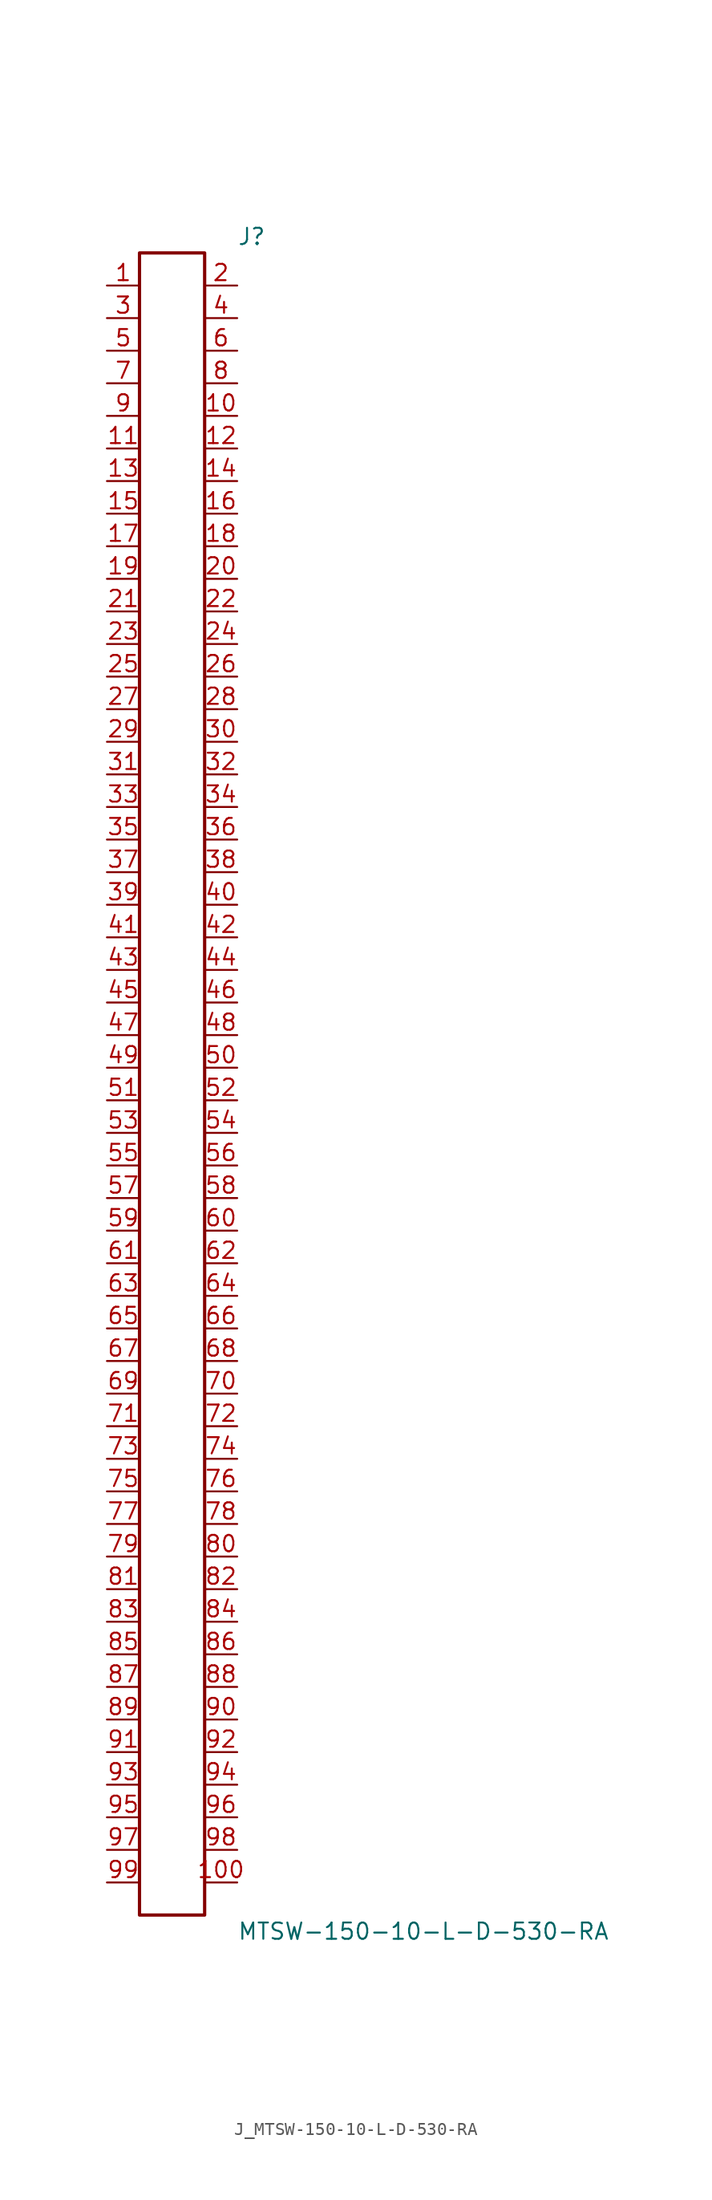
<source format=kicad_sym>
(kicad_symbol_lib
  (version 20231120)
  (generator kicad_symbol_editor)
  (generator_version 8.0)
  (symbol "J_MTSW-150-10-L-D-530-RA"
    (pin_names
      (offset 0.254))
    (property "Reference" "J"
      (at 5.08 66.04 0)
      (effects (font (size 1.27 1.27)) (justify left)))
    (property "Value" "MTSW-150-10-L-D-530-RA"
      (at 5.08 -66.04 0)
      (effects (font (size 1.27 1.27)) (justify left)))
    (symbol "J_MTSW-150-10-L-D-530-RA_0_0"
      (pin passive line (at -5.08 62.23 0) (length 2.54) (name "" (effects (font (size 1.27 1.27)))) (number "1" (effects (font (size 1.27 1.27)))))
      (pin passive line (at 5.08 62.23 180) (length 2.54) (name "" (effects (font (size 1.27 1.27)))) (number "2" (effects (font (size 1.27 1.27)))))
      (pin passive line (at -5.08 59.69 0) (length 2.54) (name "" (effects (font (size 1.27 1.27)))) (number "3" (effects (font (size 1.27 1.27)))))
      (pin passive line (at 5.08 59.69 180) (length 2.54) (name "" (effects (font (size 1.27 1.27)))) (number "4" (effects (font (size 1.27 1.27)))))
      (pin passive line (at -5.08 57.15 0) (length 2.54) (name "" (effects (font (size 1.27 1.27)))) (number "5" (effects (font (size 1.27 1.27)))))
      (pin passive line (at 5.08 57.15 180) (length 2.54) (name "" (effects (font (size 1.27 1.27)))) (number "6" (effects (font (size 1.27 1.27)))))
      (pin passive line (at -5.08 54.61 0) (length 2.54) (name "" (effects (font (size 1.27 1.27)))) (number "7" (effects (font (size 1.27 1.27)))))
      (pin passive line (at 5.08 54.61 180) (length 2.54) (name "" (effects (font (size 1.27 1.27)))) (number "8" (effects (font (size 1.27 1.27)))))
      (pin passive line (at -5.08 52.07 0) (length 2.54) (name "" (effects (font (size 1.27 1.27)))) (number "9" (effects (font (size 1.27 1.27)))))
      (pin passive line (at 5.08 52.07 180) (length 2.54) (name "" (effects (font (size 1.27 1.27)))) (number "10" (effects (font (size 1.27 1.27)))))
      (pin passive line (at -5.08 49.53 0) (length 2.54) (name "" (effects (font (size 1.27 1.27)))) (number "11" (effects (font (size 1.27 1.27)))))
      (pin passive line (at 5.08 49.53 180) (length 2.54) (name "" (effects (font (size 1.27 1.27)))) (number "12" (effects (font (size 1.27 1.27)))))
      (pin passive line (at -5.08 46.99 0) (length 2.54) (name "" (effects (font (size 1.27 1.27)))) (number "13" (effects (font (size 1.27 1.27)))))
      (pin passive line (at 5.08 46.99 180) (length 2.54) (name "" (effects (font (size 1.27 1.27)))) (number "14" (effects (font (size 1.27 1.27)))))
      (pin passive line (at -5.08 44.45 0) (length 2.54) (name "" (effects (font (size 1.27 1.27)))) (number "15" (effects (font (size 1.27 1.27)))))
      (pin passive line (at 5.08 44.45 180) (length 2.54) (name "" (effects (font (size 1.27 1.27)))) (number "16" (effects (font (size 1.27 1.27)))))
      (pin passive line (at -5.08 41.91 0) (length 2.54) (name "" (effects (font (size 1.27 1.27)))) (number "17" (effects (font (size 1.27 1.27)))))
      (pin passive line (at 5.08 41.91 180) (length 2.54) (name "" (effects (font (size 1.27 1.27)))) (number "18" (effects (font (size 1.27 1.27)))))
      (pin passive line (at -5.08 39.37 0) (length 2.54) (name "" (effects (font (size 1.27 1.27)))) (number "19" (effects (font (size 1.27 1.27)))))
      (pin passive line (at 5.08 39.37 180) (length 2.54) (name "" (effects (font (size 1.27 1.27)))) (number "20" (effects (font (size 1.27 1.27)))))
      (pin passive line (at -5.08 36.83 0) (length 2.54) (name "" (effects (font (size 1.27 1.27)))) (number "21" (effects (font (size 1.27 1.27)))))
      (pin passive line (at 5.08 36.83 180) (length 2.54) (name "" (effects (font (size 1.27 1.27)))) (number "22" (effects (font (size 1.27 1.27)))))
      (pin passive line (at -5.08 34.29 0) (length 2.54) (name "" (effects (font (size 1.27 1.27)))) (number "23" (effects (font (size 1.27 1.27)))))
      (pin passive line (at 5.08 34.29 180) (length 2.54) (name "" (effects (font (size 1.27 1.27)))) (number "24" (effects (font (size 1.27 1.27)))))
      (pin passive line (at -5.08 31.75 0) (length 2.54) (name "" (effects (font (size 1.27 1.27)))) (number "25" (effects (font (size 1.27 1.27)))))
      (pin passive line (at 5.08 31.75 180) (length 2.54) (name "" (effects (font (size 1.27 1.27)))) (number "26" (effects (font (size 1.27 1.27)))))
      (pin passive line (at -5.08 29.21 0) (length 2.54) (name "" (effects (font (size 1.27 1.27)))) (number "27" (effects (font (size 1.27 1.27)))))
      (pin passive line (at 5.08 29.21 180) (length 2.54) (name "" (effects (font (size 1.27 1.27)))) (number "28" (effects (font (size 1.27 1.27)))))
      (pin passive line (at -5.08 26.67 0) (length 2.54) (name "" (effects (font (size 1.27 1.27)))) (number "29" (effects (font (size 1.27 1.27)))))
      (pin passive line (at 5.08 26.67 180) (length 2.54) (name "" (effects (font (size 1.27 1.27)))) (number "30" (effects (font (size 1.27 1.27)))))
      (pin passive line (at -5.08 24.13 0) (length 2.54) (name "" (effects (font (size 1.27 1.27)))) (number "31" (effects (font (size 1.27 1.27)))))
      (pin passive line (at 5.08 24.13 180) (length 2.54) (name "" (effects (font (size 1.27 1.27)))) (number "32" (effects (font (size 1.27 1.27)))))
      (pin passive line (at -5.08 21.59 0) (length 2.54) (name "" (effects (font (size 1.27 1.27)))) (number "33" (effects (font (size 1.27 1.27)))))
      (pin passive line (at 5.08 21.59 180) (length 2.54) (name "" (effects (font (size 1.27 1.27)))) (number "34" (effects (font (size 1.27 1.27)))))
      (pin passive line (at -5.08 19.05 0) (length 2.54) (name "" (effects (font (size 1.27 1.27)))) (number "35" (effects (font (size 1.27 1.27)))))
      (pin passive line (at 5.08 19.05 180) (length 2.54) (name "" (effects (font (size 1.27 1.27)))) (number "36" (effects (font (size 1.27 1.27)))))
      (pin passive line (at -5.08 16.51 0) (length 2.54) (name "" (effects (font (size 1.27 1.27)))) (number "37" (effects (font (size 1.27 1.27)))))
      (pin passive line (at 5.08 16.51 180) (length 2.54) (name "" (effects (font (size 1.27 1.27)))) (number "38" (effects (font (size 1.27 1.27)))))
      (pin passive line (at -5.08 13.97 0) (length 2.54) (name "" (effects (font (size 1.27 1.27)))) (number "39" (effects (font (size 1.27 1.27)))))
      (pin passive line (at 5.08 13.97 180) (length 2.54) (name "" (effects (font (size 1.27 1.27)))) (number "40" (effects (font (size 1.27 1.27)))))
      (pin passive line (at -5.08 11.43 0) (length 2.54) (name "" (effects (font (size 1.27 1.27)))) (number "41" (effects (font (size 1.27 1.27)))))
      (pin passive line (at 5.08 11.43 180) (length 2.54) (name "" (effects (font (size 1.27 1.27)))) (number "42" (effects (font (size 1.27 1.27)))))
      (pin passive line (at -5.08 8.89 0) (length 2.54) (name "" (effects (font (size 1.27 1.27)))) (number "43" (effects (font (size 1.27 1.27)))))
      (pin passive line (at 5.08 8.89 180) (length 2.54) (name "" (effects (font (size 1.27 1.27)))) (number "44" (effects (font (size 1.27 1.27)))))
      (pin passive line (at -5.08 6.35 0) (length 2.54) (name "" (effects (font (size 1.27 1.27)))) (number "45" (effects (font (size 1.27 1.27)))))
      (pin passive line (at 5.08 6.35 180) (length 2.54) (name "" (effects (font (size 1.27 1.27)))) (number "46" (effects (font (size 1.27 1.27)))))
      (pin passive line (at -5.08 3.81 0) (length 2.54) (name "" (effects (font (size 1.27 1.27)))) (number "47" (effects (font (size 1.27 1.27)))))
      (pin passive line (at 5.08 3.81 180) (length 2.54) (name "" (effects (font (size 1.27 1.27)))) (number "48" (effects (font (size 1.27 1.27)))))
      (pin passive line (at -5.08 1.27 0) (length 2.54) (name "" (effects (font (size 1.27 1.27)))) (number "49" (effects (font (size 1.27 1.27)))))
      (pin passive line (at 5.08 1.27 180) (length 2.54) (name "" (effects (font (size 1.27 1.27)))) (number "50" (effects (font (size 1.27 1.27)))))
      (pin passive line (at -5.08 -1.27 0) (length 2.54) (name "" (effects (font (size 1.27 1.27)))) (number "51" (effects (font (size 1.27 1.27)))))
      (pin passive line (at 5.08 -1.27 180) (length 2.54) (name "" (effects (font (size 1.27 1.27)))) (number "52" (effects (font (size 1.27 1.27)))))
      (pin passive line (at -5.08 -3.81 0) (length 2.54) (name "" (effects (font (size 1.27 1.27)))) (number "53" (effects (font (size 1.27 1.27)))))
      (pin passive line (at 5.08 -3.81 180) (length 2.54) (name "" (effects (font (size 1.27 1.27)))) (number "54" (effects (font (size 1.27 1.27)))))
      (pin passive line (at -5.08 -6.35 0) (length 2.54) (name "" (effects (font (size 1.27 1.27)))) (number "55" (effects (font (size 1.27 1.27)))))
      (pin passive line (at 5.08 -6.35 180) (length 2.54) (name "" (effects (font (size 1.27 1.27)))) (number "56" (effects (font (size 1.27 1.27)))))
      (pin passive line (at -5.08 -8.89 0) (length 2.54) (name "" (effects (font (size 1.27 1.27)))) (number "57" (effects (font (size 1.27 1.27)))))
      (pin passive line (at 5.08 -8.89 180) (length 2.54) (name "" (effects (font (size 1.27 1.27)))) (number "58" (effects (font (size 1.27 1.27)))))
      (pin passive line (at -5.08 -11.43 0) (length 2.54) (name "" (effects (font (size 1.27 1.27)))) (number "59" (effects (font (size 1.27 1.27)))))
      (pin passive line (at 5.08 -11.43 180) (length 2.54) (name "" (effects (font (size 1.27 1.27)))) (number "60" (effects (font (size 1.27 1.27)))))
      (pin passive line (at -5.08 -13.97 0) (length 2.54) (name "" (effects (font (size 1.27 1.27)))) (number "61" (effects (font (size 1.27 1.27)))))
      (pin passive line (at 5.08 -13.97 180) (length 2.54) (name "" (effects (font (size 1.27 1.27)))) (number "62" (effects (font (size 1.27 1.27)))))
      (pin passive line (at -5.08 -16.51 0) (length 2.54) (name "" (effects (font (size 1.27 1.27)))) (number "63" (effects (font (size 1.27 1.27)))))
      (pin passive line (at 5.08 -16.51 180) (length 2.54) (name "" (effects (font (size 1.27 1.27)))) (number "64" (effects (font (size 1.27 1.27)))))
      (pin passive line (at -5.08 -19.05 0) (length 2.54) (name "" (effects (font (size 1.27 1.27)))) (number "65" (effects (font (size 1.27 1.27)))))
      (pin passive line (at 5.08 -19.05 180) (length 2.54) (name "" (effects (font (size 1.27 1.27)))) (number "66" (effects (font (size 1.27 1.27)))))
      (pin passive line (at -5.08 -21.59 0) (length 2.54) (name "" (effects (font (size 1.27 1.27)))) (number "67" (effects (font (size 1.27 1.27)))))
      (pin passive line (at 5.08 -21.59 180) (length 2.54) (name "" (effects (font (size 1.27 1.27)))) (number "68" (effects (font (size 1.27 1.27)))))
      (pin passive line (at -5.08 -24.13 0) (length 2.54) (name "" (effects (font (size 1.27 1.27)))) (number "69" (effects (font (size 1.27 1.27)))))
      (pin passive line (at 5.08 -24.13 180) (length 2.54) (name "" (effects (font (size 1.27 1.27)))) (number "70" (effects (font (size 1.27 1.27)))))
      (pin passive line (at -5.08 -26.67 0) (length 2.54) (name "" (effects (font (size 1.27 1.27)))) (number "71" (effects (font (size 1.27 1.27)))))
      (pin passive line (at 5.08 -26.67 180) (length 2.54) (name "" (effects (font (size 1.27 1.27)))) (number "72" (effects (font (size 1.27 1.27)))))
      (pin passive line (at -5.08 -29.21 0) (length 2.54) (name "" (effects (font (size 1.27 1.27)))) (number "73" (effects (font (size 1.27 1.27)))))
      (pin passive line (at 5.08 -29.21 180) (length 2.54) (name "" (effects (font (size 1.27 1.27)))) (number "74" (effects (font (size 1.27 1.27)))))
      (pin passive line (at -5.08 -31.75 0) (length 2.54) (name "" (effects (font (size 1.27 1.27)))) (number "75" (effects (font (size 1.27 1.27)))))
      (pin passive line (at 5.08 -31.75 180) (length 2.54) (name "" (effects (font (size 1.27 1.27)))) (number "76" (effects (font (size 1.27 1.27)))))
      (pin passive line (at -5.08 -34.29 0) (length 2.54) (name "" (effects (font (size 1.27 1.27)))) (number "77" (effects (font (size 1.27 1.27)))))
      (pin passive line (at 5.08 -34.29 180) (length 2.54) (name "" (effects (font (size 1.27 1.27)))) (number "78" (effects (font (size 1.27 1.27)))))
      (pin passive line (at -5.08 -36.83 0) (length 2.54) (name "" (effects (font (size 1.27 1.27)))) (number "79" (effects (font (size 1.27 1.27)))))
      (pin passive line (at 5.08 -36.83 180) (length 2.54) (name "" (effects (font (size 1.27 1.27)))) (number "80" (effects (font (size 1.27 1.27)))))
      (pin passive line (at -5.08 -39.37 0) (length 2.54) (name "" (effects (font (size 1.27 1.27)))) (number "81" (effects (font (size 1.27 1.27)))))
      (pin passive line (at 5.08 -39.37 180) (length 2.54) (name "" (effects (font (size 1.27 1.27)))) (number "82" (effects (font (size 1.27 1.27)))))
      (pin passive line (at -5.08 -41.91 0) (length 2.54) (name "" (effects (font (size 1.27 1.27)))) (number "83" (effects (font (size 1.27 1.27)))))
      (pin passive line (at 5.08 -41.91 180) (length 2.54) (name "" (effects (font (size 1.27 1.27)))) (number "84" (effects (font (size 1.27 1.27)))))
      (pin passive line (at -5.08 -44.45 0) (length 2.54) (name "" (effects (font (size 1.27 1.27)))) (number "85" (effects (font (size 1.27 1.27)))))
      (pin passive line (at 5.08 -44.45 180) (length 2.54) (name "" (effects (font (size 1.27 1.27)))) (number "86" (effects (font (size 1.27 1.27)))))
      (pin passive line (at -5.08 -46.99 0) (length 2.54) (name "" (effects (font (size 1.27 1.27)))) (number "87" (effects (font (size 1.27 1.27)))))
      (pin passive line (at 5.08 -46.99 180) (length 2.54) (name "" (effects (font (size 1.27 1.27)))) (number "88" (effects (font (size 1.27 1.27)))))
      (pin passive line (at -5.08 -49.53 0) (length 2.54) (name "" (effects (font (size 1.27 1.27)))) (number "89" (effects (font (size 1.27 1.27)))))
      (pin passive line (at 5.08 -49.53 180) (length 2.54) (name "" (effects (font (size 1.27 1.27)))) (number "90" (effects (font (size 1.27 1.27)))))
      (pin passive line (at -5.08 -52.07 0) (length 2.54) (name "" (effects (font (size 1.27 1.27)))) (number "91" (effects (font (size 1.27 1.27)))))
      (pin passive line (at 5.08 -52.07 180) (length 2.54) (name "" (effects (font (size 1.27 1.27)))) (number "92" (effects (font (size 1.27 1.27)))))
      (pin passive line (at -5.08 -54.61 0) (length 2.54) (name "" (effects (font (size 1.27 1.27)))) (number "93" (effects (font (size 1.27 1.27)))))
      (pin passive line (at 5.08 -54.61 180) (length 2.54) (name "" (effects (font (size 1.27 1.27)))) (number "94" (effects (font (size 1.27 1.27)))))
      (pin passive line (at -5.08 -57.15 0) (length 2.54) (name "" (effects (font (size 1.27 1.27)))) (number "95" (effects (font (size 1.27 1.27)))))
      (pin passive line (at 5.08 -57.15 180) (length 2.54) (name "" (effects (font (size 1.27 1.27)))) (number "96" (effects (font (size 1.27 1.27)))))
      (pin passive line (at -5.08 -59.69 0) (length 2.54) (name "" (effects (font (size 1.27 1.27)))) (number "97" (effects (font (size 1.27 1.27)))))
      (pin passive line (at 5.08 -59.69 180) (length 2.54) (name "" (effects (font (size 1.27 1.27)))) (number "98" (effects (font (size 1.27 1.27)))))
      (pin passive line (at -5.08 -62.23 0) (length 2.54) (name "" (effects (font (size 1.27 1.27)))) (number "99" (effects (font (size 1.27 1.27)))))
      (pin passive line (at 5.08 -62.23 180) (length 2.54) (name "" (effects (font (size 1.27 1.27)))) (number "100" (effects (font (size 1.27 1.27))))))
    (symbol "J_MTSW-150-10-L-D-530-RA_1_0"
      (rectangle (start -2.54 64.77) (end 2.54 -64.77) (stroke (width 0.254) (type solid)) (fill (type none))))))
</source>
